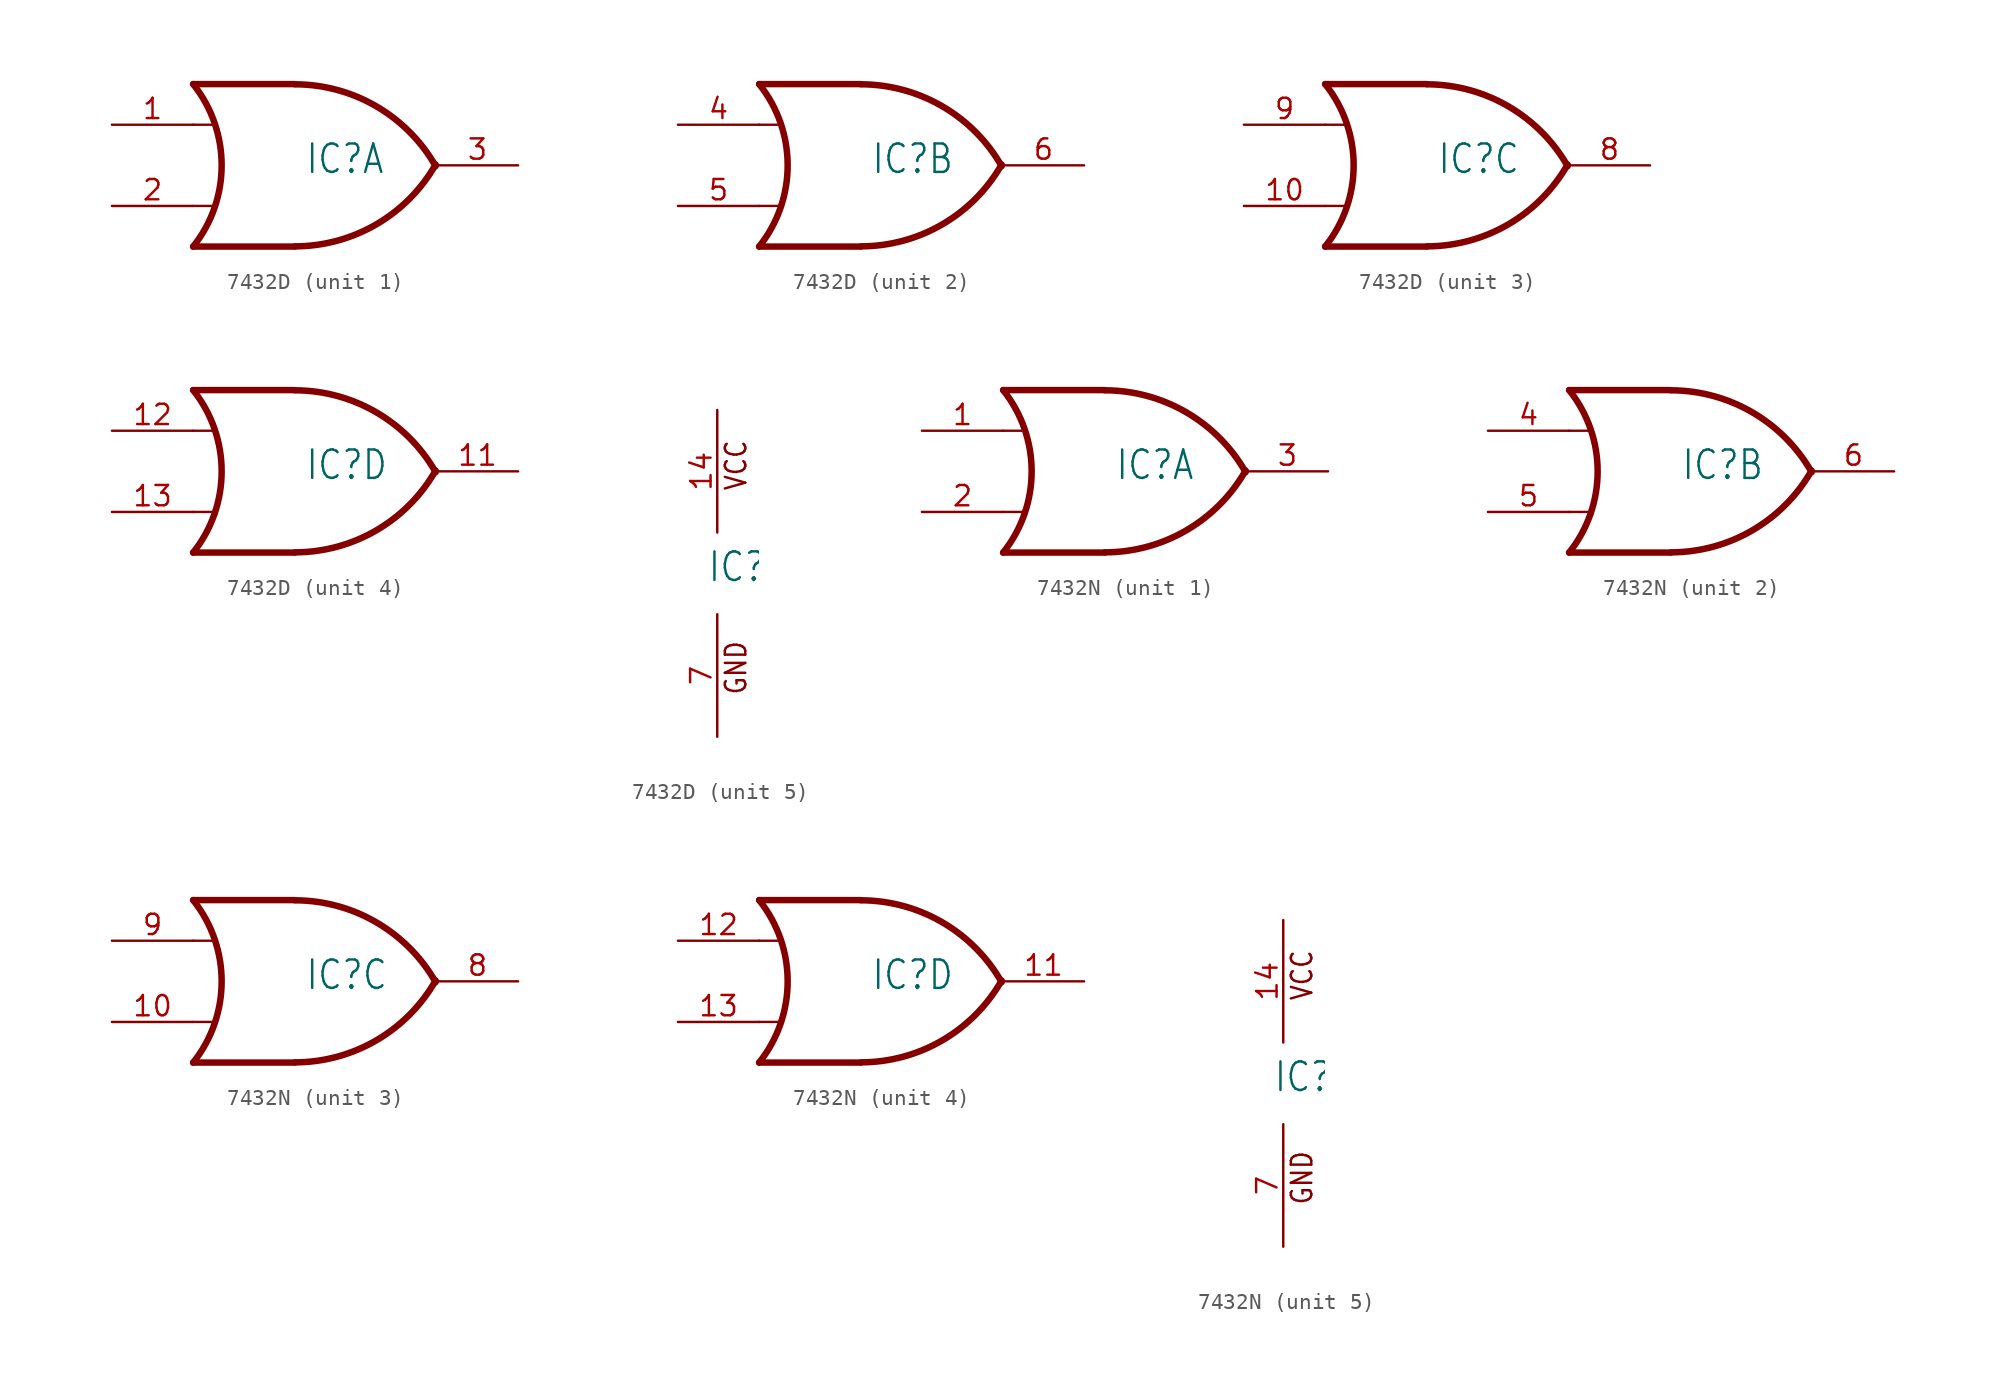
<source format=kicad_sym>
(kicad_symbol_lib
  (version 20231120)
  (generator "kicad_symbol_editor")
  (generator_version "8.0")
  (symbol "7432D"
    (property "Reference" "IC"
      (at -0.635 -0.635 0)
      (effects (font (size 1.778 1.511)) (justify left bottom)))
    (property "ki_locked" ""
      (at 0 0 0)
      (effects (font (size 1.27 1.27))))
    (symbol "7432D_1_0"
      (arc (start -7.6199 -5.0799) (mid -5.838 0.0001) (end -7.62 5.08) (stroke (width 0.4064) (type solid)) (fill (type none)))
      (arc (start -1.2446 -5.0678) (mid 3.8371 -3.6891) (end 7.5439 0.0506) (stroke (width 0.4064) (type solid)) (fill (type none)))
      (polyline (pts (xy -7.62 -2.54) (xy -6.35 -2.54)) (stroke (width 0.152) (type solid)) (fill (type none)))
      (polyline (pts (xy -7.62 2.54) (xy -6.35 2.54)) (stroke (width 0.152) (type solid)) (fill (type none)))
      (polyline (pts (xy -1.27 -5.08) (xy -7.62 -5.08)) (stroke (width 0.406) (type solid)) (fill (type none)))
      (polyline (pts (xy -1.27 5.08) (xy -7.62 5.08)) (stroke (width 0.406) (type solid)) (fill (type none)))
      (arc (start 7.5441 -0.0504) (mid 3.8372 3.6892) (end -1.2446 5.0678) (stroke (width 0.4064) (type solid)) (fill (type none)))
      (pin input line (at -12.7 2.54 0) (length 5.08) (name "I0" (effects (font (size 0 0)))) (number "1" (effects (font (size 1.27 1.27)))))
      (pin input line (at -12.7 -2.54 0) (length 5.08) (name "I1" (effects (font (size 0 0)))) (number "2" (effects (font (size 1.27 1.27)))))
      (pin output line (at 12.7 0 180) (length 5.08) (name "O" (effects (font (size 0 0)))) (number "3" (effects (font (size 1.27 1.27))))))
    (symbol "7432D_2_0"
      (arc (start -7.6199 -5.0799) (mid -5.838 0.0001) (end -7.62 5.08) (stroke (width 0.4064) (type solid)) (fill (type none)))
      (arc (start -1.2446 -5.0678) (mid 3.8371 -3.6891) (end 7.5439 0.0506) (stroke (width 0.4064) (type solid)) (fill (type none)))
      (polyline (pts (xy -7.62 -2.54) (xy -6.35 -2.54)) (stroke (width 0.152) (type solid)) (fill (type none)))
      (polyline (pts (xy -7.62 2.54) (xy -6.35 2.54)) (stroke (width 0.152) (type solid)) (fill (type none)))
      (polyline (pts (xy -1.27 -5.08) (xy -7.62 -5.08)) (stroke (width 0.406) (type solid)) (fill (type none)))
      (polyline (pts (xy -1.27 5.08) (xy -7.62 5.08)) (stroke (width 0.406) (type solid)) (fill (type none)))
      (arc (start 7.5441 -0.0504) (mid 3.8372 3.6892) (end -1.2446 5.0678) (stroke (width 0.4064) (type solid)) (fill (type none)))
      (pin input line (at -12.7 2.54 0) (length 5.08) (name "I0" (effects (font (size 0 0)))) (number "4" (effects (font (size 1.27 1.27)))))
      (pin input line (at -12.7 -2.54 0) (length 5.08) (name "I1" (effects (font (size 0 0)))) (number "5" (effects (font (size 1.27 1.27)))))
      (pin output line (at 12.7 0 180) (length 5.08) (name "O" (effects (font (size 0 0)))) (number "6" (effects (font (size 1.27 1.27))))))
    (symbol "7432D_3_0"
      (arc (start -7.6199 -5.0799) (mid -5.838 0.0001) (end -7.62 5.08) (stroke (width 0.4064) (type solid)) (fill (type none)))
      (arc (start -1.2446 -5.0678) (mid 3.8371 -3.6891) (end 7.5439 0.0506) (stroke (width 0.4064) (type solid)) (fill (type none)))
      (polyline (pts (xy -7.62 -2.54) (xy -6.35 -2.54)) (stroke (width 0.152) (type solid)) (fill (type none)))
      (polyline (pts (xy -7.62 2.54) (xy -6.35 2.54)) (stroke (width 0.152) (type solid)) (fill (type none)))
      (polyline (pts (xy -1.27 -5.08) (xy -7.62 -5.08)) (stroke (width 0.406) (type solid)) (fill (type none)))
      (polyline (pts (xy -1.27 5.08) (xy -7.62 5.08)) (stroke (width 0.406) (type solid)) (fill (type none)))
      (arc (start 7.5441 -0.0504) (mid 3.8372 3.6892) (end -1.2446 5.0678) (stroke (width 0.4064) (type solid)) (fill (type none)))
      (pin input line (at -12.7 -2.54 0) (length 5.08) (name "I1" (effects (font (size 0 0)))) (number "10" (effects (font (size 1.27 1.27)))))
      (pin output line (at 12.7 0 180) (length 5.08) (name "O" (effects (font (size 0 0)))) (number "8" (effects (font (size 1.27 1.27)))))
      (pin input line (at -12.7 2.54 0) (length 5.08) (name "I0" (effects (font (size 0 0)))) (number "9" (effects (font (size 1.27 1.27))))))
    (symbol "7432D_4_0"
      (arc (start -7.6199 -5.0799) (mid -5.838 0.0001) (end -7.62 5.08) (stroke (width 0.4064) (type solid)) (fill (type none)))
      (arc (start -1.2446 -5.0678) (mid 3.8371 -3.6891) (end 7.5439 0.0506) (stroke (width 0.4064) (type solid)) (fill (type none)))
      (polyline (pts (xy -7.62 -2.54) (xy -6.35 -2.54)) (stroke (width 0.152) (type solid)) (fill (type none)))
      (polyline (pts (xy -7.62 2.54) (xy -6.35 2.54)) (stroke (width 0.152) (type solid)) (fill (type none)))
      (polyline (pts (xy -1.27 -5.08) (xy -7.62 -5.08)) (stroke (width 0.406) (type solid)) (fill (type none)))
      (polyline (pts (xy -1.27 5.08) (xy -7.62 5.08)) (stroke (width 0.406) (type solid)) (fill (type none)))
      (arc (start 7.5441 -0.0504) (mid 3.8372 3.6892) (end -1.2446 5.0678) (stroke (width 0.4064) (type solid)) (fill (type none)))
      (pin output line (at 12.7 0 180) (length 5.08) (name "O" (effects (font (size 0 0)))) (number "11" (effects (font (size 1.27 1.27)))))
      (pin input line (at -12.7 2.54 0) (length 5.08) (name "I0" (effects (font (size 0 0)))) (number "12" (effects (font (size 1.27 1.27)))))
      (pin input line (at -12.7 -2.54 0) (length 5.08) (name "I1" (effects (font (size 0 0)))) (number "13" (effects (font (size 1.27 1.27))))))
    (symbol "7432D_5_0"
      (text "GND" (at 1.905 -7.62 900) (effects (font (size 1.27 1.079)) (justify left bottom)))
      (text "VCC" (at 1.905 5.08 900) (effects (font (size 1.27 1.079)) (justify left bottom)))
      (pin power_in line (at 0 10.16 270) (length 7.62) (name "VCC" (effects (font (size 0 0)))) (number "14" (effects (font (size 1.27 1.27)))))
      (pin power_in line (at 0 -10.16 90) (length 7.62) (name "GND" (effects (font (size 0 0)))) (number "7" (effects (font (size 1.27 1.27)))))))
  (symbol "7432N"
    (property "Reference" "IC"
      (at -0.635 -0.635 0)
      (effects (font (size 1.778 1.511)) (justify left bottom)))
    (property "ki_locked" ""
      (at 0 0 0)
      (effects (font (size 1.27 1.27))))
    (symbol "7432N_1_0"
      (arc (start -7.6199 -5.0799) (mid -5.838 0.0001) (end -7.62 5.08) (stroke (width 0.4064) (type solid)) (fill (type none)))
      (arc (start -1.2446 -5.0678) (mid 3.8371 -3.6891) (end 7.5439 0.0506) (stroke (width 0.4064) (type solid)) (fill (type none)))
      (polyline (pts (xy -7.62 -2.54) (xy -6.35 -2.54)) (stroke (width 0.152) (type solid)) (fill (type none)))
      (polyline (pts (xy -7.62 2.54) (xy -6.35 2.54)) (stroke (width 0.152) (type solid)) (fill (type none)))
      (polyline (pts (xy -1.27 -5.08) (xy -7.62 -5.08)) (stroke (width 0.406) (type solid)) (fill (type none)))
      (polyline (pts (xy -1.27 5.08) (xy -7.62 5.08)) (stroke (width 0.406) (type solid)) (fill (type none)))
      (arc (start 7.5441 -0.0504) (mid 3.8372 3.6892) (end -1.2446 5.0678) (stroke (width 0.4064) (type solid)) (fill (type none)))
      (pin input line (at -12.7 2.54 0) (length 5.08) (name "I0" (effects (font (size 0 0)))) (number "1" (effects (font (size 1.27 1.27)))))
      (pin input line (at -12.7 -2.54 0) (length 5.08) (name "I1" (effects (font (size 0 0)))) (number "2" (effects (font (size 1.27 1.27)))))
      (pin output line (at 12.7 0 180) (length 5.08) (name "O" (effects (font (size 0 0)))) (number "3" (effects (font (size 1.27 1.27))))))
    (symbol "7432N_2_0"
      (arc (start -7.6199 -5.0799) (mid -5.838 0.0001) (end -7.62 5.08) (stroke (width 0.4064) (type solid)) (fill (type none)))
      (arc (start -1.2446 -5.0678) (mid 3.8371 -3.6891) (end 7.5439 0.0506) (stroke (width 0.4064) (type solid)) (fill (type none)))
      (polyline (pts (xy -7.62 -2.54) (xy -6.35 -2.54)) (stroke (width 0.152) (type solid)) (fill (type none)))
      (polyline (pts (xy -7.62 2.54) (xy -6.35 2.54)) (stroke (width 0.152) (type solid)) (fill (type none)))
      (polyline (pts (xy -1.27 -5.08) (xy -7.62 -5.08)) (stroke (width 0.406) (type solid)) (fill (type none)))
      (polyline (pts (xy -1.27 5.08) (xy -7.62 5.08)) (stroke (width 0.406) (type solid)) (fill (type none)))
      (arc (start 7.5441 -0.0504) (mid 3.8372 3.6892) (end -1.2446 5.0678) (stroke (width 0.4064) (type solid)) (fill (type none)))
      (pin input line (at -12.7 2.54 0) (length 5.08) (name "I0" (effects (font (size 0 0)))) (number "4" (effects (font (size 1.27 1.27)))))
      (pin input line (at -12.7 -2.54 0) (length 5.08) (name "I1" (effects (font (size 0 0)))) (number "5" (effects (font (size 1.27 1.27)))))
      (pin output line (at 12.7 0 180) (length 5.08) (name "O" (effects (font (size 0 0)))) (number "6" (effects (font (size 1.27 1.27))))))
    (symbol "7432N_3_0"
      (arc (start -7.6199 -5.0799) (mid -5.838 0.0001) (end -7.62 5.08) (stroke (width 0.4064) (type solid)) (fill (type none)))
      (arc (start -1.2446 -5.0678) (mid 3.8371 -3.6891) (end 7.5439 0.0506) (stroke (width 0.4064) (type solid)) (fill (type none)))
      (polyline (pts (xy -7.62 -2.54) (xy -6.35 -2.54)) (stroke (width 0.152) (type solid)) (fill (type none)))
      (polyline (pts (xy -7.62 2.54) (xy -6.35 2.54)) (stroke (width 0.152) (type solid)) (fill (type none)))
      (polyline (pts (xy -1.27 -5.08) (xy -7.62 -5.08)) (stroke (width 0.406) (type solid)) (fill (type none)))
      (polyline (pts (xy -1.27 5.08) (xy -7.62 5.08)) (stroke (width 0.406) (type solid)) (fill (type none)))
      (arc (start 7.5441 -0.0504) (mid 3.8372 3.6892) (end -1.2446 5.0678) (stroke (width 0.4064) (type solid)) (fill (type none)))
      (pin input line (at -12.7 -2.54 0) (length 5.08) (name "I1" (effects (font (size 0 0)))) (number "10" (effects (font (size 1.27 1.27)))))
      (pin output line (at 12.7 0 180) (length 5.08) (name "O" (effects (font (size 0 0)))) (number "8" (effects (font (size 1.27 1.27)))))
      (pin input line (at -12.7 2.54 0) (length 5.08) (name "I0" (effects (font (size 0 0)))) (number "9" (effects (font (size 1.27 1.27))))))
    (symbol "7432N_4_0"
      (arc (start -7.6199 -5.0799) (mid -5.838 0.0001) (end -7.62 5.08) (stroke (width 0.4064) (type solid)) (fill (type none)))
      (arc (start -1.2446 -5.0678) (mid 3.8371 -3.6891) (end 7.5439 0.0506) (stroke (width 0.4064) (type solid)) (fill (type none)))
      (polyline (pts (xy -7.62 -2.54) (xy -6.35 -2.54)) (stroke (width 0.152) (type solid)) (fill (type none)))
      (polyline (pts (xy -7.62 2.54) (xy -6.35 2.54)) (stroke (width 0.152) (type solid)) (fill (type none)))
      (polyline (pts (xy -1.27 -5.08) (xy -7.62 -5.08)) (stroke (width 0.406) (type solid)) (fill (type none)))
      (polyline (pts (xy -1.27 5.08) (xy -7.62 5.08)) (stroke (width 0.406) (type solid)) (fill (type none)))
      (arc (start 7.5441 -0.0504) (mid 3.8372 3.6892) (end -1.2446 5.0678) (stroke (width 0.4064) (type solid)) (fill (type none)))
      (pin output line (at 12.7 0 180) (length 5.08) (name "O" (effects (font (size 0 0)))) (number "11" (effects (font (size 1.27 1.27)))))
      (pin input line (at -12.7 2.54 0) (length 5.08) (name "I0" (effects (font (size 0 0)))) (number "12" (effects (font (size 1.27 1.27)))))
      (pin input line (at -12.7 -2.54 0) (length 5.08) (name "I1" (effects (font (size 0 0)))) (number "13" (effects (font (size 1.27 1.27))))))
    (symbol "7432N_5_0"
      (text "GND" (at 1.905 -7.62 900) (effects (font (size 1.27 1.079)) (justify left bottom)))
      (text "VCC" (at 1.905 5.08 900) (effects (font (size 1.27 1.079)) (justify left bottom)))
      (pin power_in line (at 0 10.16 270) (length 7.62) (name "VCC" (effects (font (size 0 0)))) (number "14" (effects (font (size 1.27 1.27)))))
      (pin power_in line (at 0 -10.16 90) (length 7.62) (name "GND" (effects (font (size 0 0)))) (number "7" (effects (font (size 1.27 1.27))))))))
</source>
